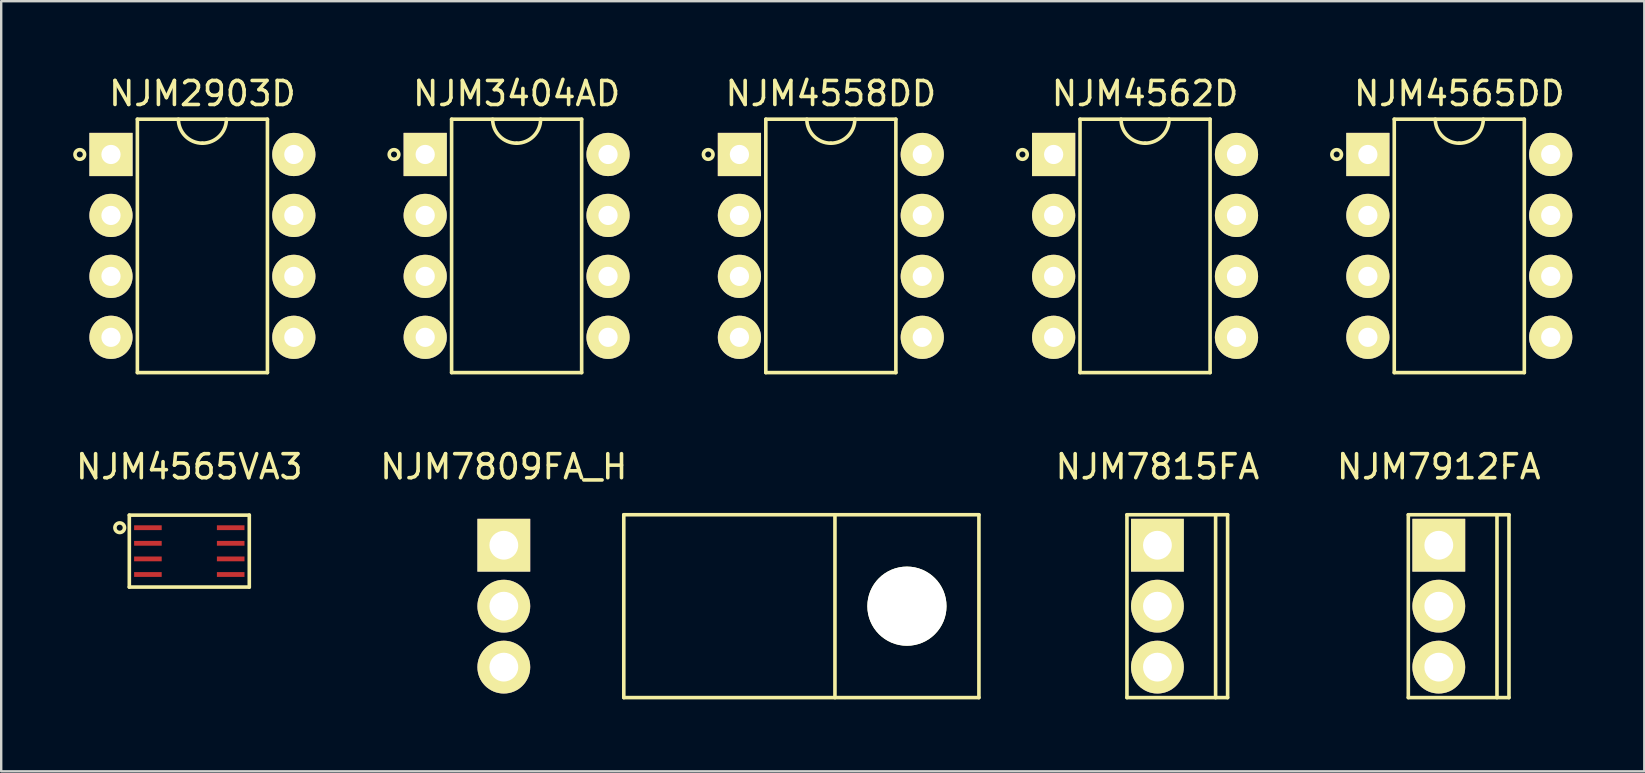
<source format=kicad_pcb>
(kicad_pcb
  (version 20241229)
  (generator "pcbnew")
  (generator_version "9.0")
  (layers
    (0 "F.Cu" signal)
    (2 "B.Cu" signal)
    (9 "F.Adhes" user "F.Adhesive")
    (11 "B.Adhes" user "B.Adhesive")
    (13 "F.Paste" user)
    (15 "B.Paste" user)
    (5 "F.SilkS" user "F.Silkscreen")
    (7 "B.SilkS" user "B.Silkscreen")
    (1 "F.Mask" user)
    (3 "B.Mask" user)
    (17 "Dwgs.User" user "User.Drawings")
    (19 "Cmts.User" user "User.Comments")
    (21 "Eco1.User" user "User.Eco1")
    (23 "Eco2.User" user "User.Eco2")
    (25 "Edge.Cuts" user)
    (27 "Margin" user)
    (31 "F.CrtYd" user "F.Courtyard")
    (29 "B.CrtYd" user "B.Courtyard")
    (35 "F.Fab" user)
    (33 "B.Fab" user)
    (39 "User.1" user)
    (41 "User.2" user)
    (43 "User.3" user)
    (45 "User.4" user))
  (footprint "NJM4558DD"
    (layer "F.Cu")
    (at 27.765 3.388)
    (property "Reference" "NJM4558DD" (at 3.81 -2.54 0) (layer "F.SilkS") (effects (font (size 1 1) (thickness 0.15))))
    (attr through_hole)
    (fp_line (start 1.1 -1.47) (end 6.52 -1.47) (stroke (width 0.15) (type solid)) (layer "F.SilkS"))
    (fp_line (start 1.1 9.09) (end 1.1 -1.47) (stroke (width 0.15) (type solid)) (layer "F.SilkS"))
    (fp_line (start 6.52 -1.47) (end 6.52 9.09) (stroke (width 0.15) (type solid)) (layer "F.SilkS"))
    (fp_line (start 6.52 9.09) (end 1.1 9.09) (stroke (width 0.15) (type solid)) (layer "F.SilkS"))
    (fp_arc (start 3.81 -0.47) (mid 3.102893 -0.762893) (end 2.81 -1.47) (stroke (width 0.15) (type solid)) (layer "F.SilkS"))
    (fp_arc (start 4.81 -1.47) (mid 4.517107 -0.762893) (end 3.81 -0.47) (stroke (width 0.15) (type solid)) (layer "F.SilkS"))
    (fp_circle (center -1.3 0) (end -1.3 0.2) (stroke (width 0.15) (type solid)) (fill no) (layer "F.SilkS"))
    (pad "1" thru_hole rect (at 0 0) (size 1.8 1.8) (drill 0.8) (layers "*.Cu" "*.Mask" "F.SilkS"))
    (pad "2" thru_hole circle (at 0 2.54) (size 1.8 1.8) (drill 0.8) (layers "*.Cu" "*.Mask" "F.SilkS"))
    (pad "3" thru_hole circle (at 0 5.08) (size 1.8 1.8) (drill 0.8) (layers "*.Cu" "*.Mask" "F.SilkS"))
    (pad "4" thru_hole circle (at 0 7.62) (size 1.8 1.8) (drill 0.8) (layers "*.Cu" "*.Mask" "F.SilkS"))
    (pad "5" thru_hole circle (at 7.62 7.62) (size 1.8 1.8) (drill 0.8) (layers "*.Cu" "*.Mask" "F.SilkS"))
    (pad "6" thru_hole circle (at 7.62 5.08) (size 1.8 1.8) (drill 0.8) (layers "*.Cu" "*.Mask" "F.SilkS"))
    (pad "7" thru_hole circle (at 7.62 2.54) (size 1.8 1.8) (drill 0.8) (layers "*.Cu" "*.Mask" "F.SilkS"))
    (pad "8" thru_hole circle (at 7.62 0) (size 1.8 1.8) (drill 0.8) (layers "*.Cu" "*.Mask" "F.SilkS")))
  (footprint "NJM7815FA"
    (layer "F.Cu")
    (at 45.185 19.672)
    (property "Reference" "NJM7815FA" (at 0 -3.27 0) (layer "F.SilkS") (effects (font (size 1 1) (thickness 0.15))))
    (attr through_hole)
    (fp_line (start -1.27 -1.27) (end -1.27 6.35) (stroke (width 0.15) (type solid)) (layer "F.SilkS"))
    (fp_line (start -1.27 -1.27) (end 2.925 -1.27) (stroke (width 0.15) (type solid)) (layer "F.SilkS"))
    (fp_line (start -1.27 6.35) (end 2.925 6.35) (stroke (width 0.15) (type solid)) (layer "F.SilkS"))
    (fp_line (start 2.425 -1.27) (end 2.425 6.35) (stroke (width 0.15) (type solid)) (layer "F.SilkS"))
    (fp_line (start 2.925 -1.27) (end 2.925 6.35) (stroke (width 0.15) (type solid)) (layer "F.SilkS"))
    (pad "1" thru_hole rect (at 0 0) (size 2.2 2.2) (drill 1.2) (layers "*.Cu" "*.Mask" "F.SilkS"))
    (pad "2" thru_hole circle (at 0 2.54) (size 2.2 2.2) (drill 1.2) (layers "*.Cu" "*.Mask" "F.SilkS"))
    (pad "3" thru_hole circle (at 0 5.08) (size 2.2 2.2) (drill 1.2) (layers "*.Cu" "*.Mask" "F.SilkS")))
  (footprint "NJM3404AD"
    (layer "F.Cu")
    (at 14.67 3.388)
    (property "Reference" "NJM3404AD" (at 3.81 -2.54 0) (layer "F.SilkS") (effects (font (size 1 1) (thickness 0.15))))
    (attr through_hole)
    (fp_line (start 1.1 -1.47) (end 6.52 -1.47) (stroke (width 0.15) (type solid)) (layer "F.SilkS"))
    (fp_line (start 1.1 9.09) (end 1.1 -1.47) (stroke (width 0.15) (type solid)) (layer "F.SilkS"))
    (fp_line (start 6.52 -1.47) (end 6.52 9.09) (stroke (width 0.15) (type solid)) (layer "F.SilkS"))
    (fp_line (start 6.52 9.09) (end 1.1 9.09) (stroke (width 0.15) (type solid)) (layer "F.SilkS"))
    (fp_arc (start 3.81 -0.47) (mid 3.102893 -0.762893) (end 2.81 -1.47) (stroke (width 0.15) (type solid)) (layer "F.SilkS"))
    (fp_arc (start 4.81 -1.47) (mid 4.517107 -0.762893) (end 3.81 -0.47) (stroke (width 0.15) (type solid)) (layer "F.SilkS"))
    (fp_circle (center -1.3 0) (end -1.3 0.2) (stroke (width 0.15) (type solid)) (fill no) (layer "F.SilkS"))
    (pad "1" thru_hole rect (at 0 0) (size 1.8 1.8) (drill 0.8) (layers "*.Cu" "*.Mask" "F.SilkS"))
    (pad "2" thru_hole circle (at 0 2.54) (size 1.8 1.8) (drill 0.8) (layers "*.Cu" "*.Mask" "F.SilkS"))
    (pad "3" thru_hole circle (at 0 5.08) (size 1.8 1.8) (drill 0.8) (layers "*.Cu" "*.Mask" "F.SilkS"))
    (pad "4" thru_hole circle (at 0 7.62) (size 1.8 1.8) (drill 0.8) (layers "*.Cu" "*.Mask" "F.SilkS"))
    (pad "5" thru_hole circle (at 7.62 7.62) (size 1.8 1.8) (drill 0.8) (layers "*.Cu" "*.Mask" "F.SilkS"))
    (pad "6" thru_hole circle (at 7.62 5.08) (size 1.8 1.8) (drill 0.8) (layers "*.Cu" "*.Mask" "F.SilkS"))
    (pad "7" thru_hole circle (at 7.62 2.54) (size 1.8 1.8) (drill 0.8) (layers "*.Cu" "*.Mask" "F.SilkS"))
    (pad "8" thru_hole circle (at 7.62 0) (size 1.8 1.8) (drill 0.8) (layers "*.Cu" "*.Mask" "F.SilkS")))
  (footprint "NJM4562D"
    (layer "F.Cu")
    (at 40.86 3.388)
    (property "Reference" "NJM4562D" (at 3.81 -2.54 0) (layer "F.SilkS") (effects (font (size 1 1) (thickness 0.15))))
    (attr through_hole)
    (fp_line (start 1.1 -1.47) (end 6.52 -1.47) (stroke (width 0.15) (type solid)) (layer "F.SilkS"))
    (fp_line (start 1.1 9.09) (end 1.1 -1.47) (stroke (width 0.15) (type solid)) (layer "F.SilkS"))
    (fp_line (start 6.52 -1.47) (end 6.52 9.09) (stroke (width 0.15) (type solid)) (layer "F.SilkS"))
    (fp_line (start 6.52 9.09) (end 1.1 9.09) (stroke (width 0.15) (type solid)) (layer "F.SilkS"))
    (fp_arc (start 3.81 -0.47) (mid 3.102893 -0.762893) (end 2.81 -1.47) (stroke (width 0.15) (type solid)) (layer "F.SilkS"))
    (fp_arc (start 4.81 -1.47) (mid 4.517107 -0.762893) (end 3.81 -0.47) (stroke (width 0.15) (type solid)) (layer "F.SilkS"))
    (fp_circle (center -1.3 0) (end -1.3 0.2) (stroke (width 0.15) (type solid)) (fill no) (layer "F.SilkS"))
    (pad "1" thru_hole rect (at 0 0) (size 1.8 1.8) (drill 0.8) (layers "*.Cu" "*.Mask" "F.SilkS"))
    (pad "2" thru_hole circle (at 0 2.54) (size 1.8 1.8) (drill 0.8) (layers "*.Cu" "*.Mask" "F.SilkS"))
    (pad "3" thru_hole circle (at 0 5.08) (size 1.8 1.8) (drill 0.8) (layers "*.Cu" "*.Mask" "F.SilkS"))
    (pad "4" thru_hole circle (at 0 7.62) (size 1.8 1.8) (drill 0.8) (layers "*.Cu" "*.Mask" "F.SilkS"))
    (pad "5" thru_hole circle (at 7.62 7.62) (size 1.8 1.8) (drill 0.8) (layers "*.Cu" "*.Mask" "F.SilkS"))
    (pad "6" thru_hole circle (at 7.62 5.08) (size 1.8 1.8) (drill 0.8) (layers "*.Cu" "*.Mask" "F.SilkS"))
    (pad "7" thru_hole circle (at 7.62 2.54) (size 1.8 1.8) (drill 0.8) (layers "*.Cu" "*.Mask" "F.SilkS"))
    (pad "8" thru_hole circle (at 7.62 0) (size 1.8 1.8) (drill 0.8) (layers "*.Cu" "*.Mask" "F.SilkS")))
  (footprint "NJM2903D"
    (layer "F.Cu")
    (at 1.575 3.388)
    (property "Reference" "NJM2903D" (at 3.81 -2.54 0) (layer "F.SilkS") (effects (font (size 1 1) (thickness 0.15))))
    (attr through_hole)
    (fp_line (start 1.1 -1.47) (end 6.52 -1.47) (stroke (width 0.15) (type solid)) (layer "F.SilkS"))
    (fp_line (start 1.1 9.09) (end 1.1 -1.47) (stroke (width 0.15) (type solid)) (layer "F.SilkS"))
    (fp_line (start 6.52 -1.47) (end 6.52 9.09) (stroke (width 0.15) (type solid)) (layer "F.SilkS"))
    (fp_line (start 6.52 9.09) (end 1.1 9.09) (stroke (width 0.15) (type solid)) (layer "F.SilkS"))
    (fp_arc (start 3.81 -0.47) (mid 3.102893 -0.762893) (end 2.81 -1.47) (stroke (width 0.15) (type solid)) (layer "F.SilkS"))
    (fp_arc (start 4.81 -1.47) (mid 4.517107 -0.762893) (end 3.81 -0.47) (stroke (width 0.15) (type solid)) (layer "F.SilkS"))
    (fp_circle (center -1.3 0) (end -1.3 0.2) (stroke (width 0.15) (type solid)) (fill no) (layer "F.SilkS"))
    (pad "1" thru_hole rect (at 0 0) (size 1.8 1.8) (drill 0.8) (layers "*.Cu" "*.Mask" "F.SilkS"))
    (pad "2" thru_hole circle (at 0 2.54) (size 1.8 1.8) (drill 0.8) (layers "*.Cu" "*.Mask" "F.SilkS"))
    (pad "3" thru_hole circle (at 0 5.08) (size 1.8 1.8) (drill 0.8) (layers "*.Cu" "*.Mask" "F.SilkS"))
    (pad "4" thru_hole circle (at 0 7.62) (size 1.8 1.8) (drill 0.8) (layers "*.Cu" "*.Mask" "F.SilkS"))
    (pad "5" thru_hole circle (at 7.62 7.62) (size 1.8 1.8) (drill 0.8) (layers "*.Cu" "*.Mask" "F.SilkS"))
    (pad "6" thru_hole circle (at 7.62 5.08) (size 1.8 1.8) (drill 0.8) (layers "*.Cu" "*.Mask" "F.SilkS"))
    (pad "7" thru_hole circle (at 7.62 2.54) (size 1.8 1.8) (drill 0.8) (layers "*.Cu" "*.Mask" "F.SilkS"))
    (pad "8" thru_hole circle (at 7.62 0) (size 1.8 1.8) (drill 0.8) (layers "*.Cu" "*.Mask" "F.SilkS")))
  (footprint "NJM4565DD"
    (layer "F.Cu")
    (at 53.955 3.388)
    (property "Reference" "NJM4565DD" (at 3.81 -2.54 0) (layer "F.SilkS") (effects (font (size 1 1) (thickness 0.15))))
    (attr through_hole)
    (fp_line (start 1.1 -1.47) (end 6.52 -1.47) (stroke (width 0.15) (type solid)) (layer "F.SilkS"))
    (fp_line (start 1.1 9.09) (end 1.1 -1.47) (stroke (width 0.15) (type solid)) (layer "F.SilkS"))
    (fp_line (start 6.52 -1.47) (end 6.52 9.09) (stroke (width 0.15) (type solid)) (layer "F.SilkS"))
    (fp_line (start 6.52 9.09) (end 1.1 9.09) (stroke (width 0.15) (type solid)) (layer "F.SilkS"))
    (fp_arc (start 3.81 -0.47) (mid 3.102893 -0.762893) (end 2.81 -1.47) (stroke (width 0.15) (type solid)) (layer "F.SilkS"))
    (fp_arc (start 4.81 -1.47) (mid 4.517107 -0.762893) (end 3.81 -0.47) (stroke (width 0.15) (type solid)) (layer "F.SilkS"))
    (fp_circle (center -1.3 0) (end -1.3 0.2) (stroke (width 0.15) (type solid)) (fill no) (layer "F.SilkS"))
    (pad "1" thru_hole rect (at 0 0) (size 1.8 1.8) (drill 0.8) (layers "*.Cu" "*.Mask" "F.SilkS"))
    (pad "2" thru_hole circle (at 0 2.54) (size 1.8 1.8) (drill 0.8) (layers "*.Cu" "*.Mask" "F.SilkS"))
    (pad "3" thru_hole circle (at 0 5.08) (size 1.8 1.8) (drill 0.8) (layers "*.Cu" "*.Mask" "F.SilkS"))
    (pad "4" thru_hole circle (at 0 7.62) (size 1.8 1.8) (drill 0.8) (layers "*.Cu" "*.Mask" "F.SilkS"))
    (pad "5" thru_hole circle (at 7.62 7.62) (size 1.8 1.8) (drill 0.8) (layers "*.Cu" "*.Mask" "F.SilkS"))
    (pad "6" thru_hole circle (at 7.62 5.08) (size 1.8 1.8) (drill 0.8) (layers "*.Cu" "*.Mask" "F.SilkS"))
    (pad "7" thru_hole circle (at 7.62 2.54) (size 1.8 1.8) (drill 0.8) (layers "*.Cu" "*.Mask" "F.SilkS"))
    (pad "8" thru_hole circle (at 7.62 0) (size 1.8 1.8) (drill 0.8) (layers "*.Cu" "*.Mask" "F.SilkS")))
  (footprint "NJM4565VA3"
    (layer "F.Cu")
    (at 3.114 18.942)
    (property "Reference" "NJM4565VA3" (at 1.725 -2.54 0) (layer "F.SilkS") (effects (font (size 1 1) (thickness 0.15))))
    (attr through_hole)
    (fp_line (start -0.775 -0.525) (end 4.225 -0.525) (stroke (width 0.15) (type solid)) (layer "F.SilkS"))
    (fp_line (start -0.775 2.475) (end -0.775 -0.525) (stroke (width 0.15) (type solid)) (layer "F.SilkS"))
    (fp_line (start 4.225 -0.525) (end 4.225 2.475) (stroke (width 0.15) (type solid)) (layer "F.SilkS"))
    (fp_line (start 4.225 2.475) (end -0.775 2.475) (stroke (width 0.15) (type solid)) (layer "F.SilkS"))
    (fp_circle (center -1.175 0) (end -1.175 0.2) (stroke (width 0.15) (type solid)) (fill no) (layer "F.SilkS"))
    (pad "1" smd rect (at 0 0) (size 1.15 0.2) (layers "F.Cu" "F.Mask" "F.Paste"))
    (pad "2" smd rect (at 0 0.65) (size 1.15 0.2) (layers "F.Cu" "F.Mask" "F.Paste"))
    (pad "3" smd rect (at 0 1.3) (size 1.15 0.2) (layers "F.Cu" "F.Mask" "F.Paste"))
    (pad "4" smd rect (at 0 1.95) (size 1.15 0.2) (layers "F.Cu" "F.Mask" "F.Paste"))
    (pad "5" smd rect (at 3.45 1.95) (size 1.15 0.2) (layers "F.Cu" "F.Mask" "F.Paste"))
    (pad "6" smd rect (at 3.45 1.3) (size 1.15 0.2) (layers "F.Cu" "F.Mask" "F.Paste"))
    (pad "7" smd rect (at 3.45 0.65) (size 1.15 0.2) (layers "F.Cu" "F.Mask" "F.Paste"))
    (pad "8" smd rect (at 3.45 0) (size 1.15 0.2) (layers "F.Cu" "F.Mask" "F.Paste")))
  (footprint "NJM7809FA_H"
    (layer "F.Cu")
    (at 17.946 19.672)
    (property "Reference" "NJM7809FA_H" (at 0 -3.27 0) (layer "F.SilkS") (effects (font (size 1 1) (thickness 0.15))))
    (attr through_hole)
    (fp_line (start 5 -1.27) (end 5 6.35) (stroke (width 0.15) (type solid)) (layer "F.SilkS"))
    (fp_line (start 5 -1.27) (end 19.8 -1.27) (stroke (width 0.15) (type solid)) (layer "F.SilkS"))
    (fp_line (start 5 6.35) (end 19.8 6.35) (stroke (width 0.15) (type solid)) (layer "F.SilkS"))
    (fp_line (start 13.8 -1.27) (end 13.8 6.35) (stroke (width 0.15) (type solid)) (layer "F.SilkS"))
    (fp_line (start 19.8 -1.27) (end 19.8 6.35) (stroke (width 0.15) (type solid)) (layer "F.SilkS"))
    (pad "" np_thru_hole circle (at 16.8 2.54) (size 3.3 3.3) (drill 3.3) (layers "*.Cu" "*.Mask" "F.SilkS"))
    (pad "1" thru_hole rect (at 0 0) (size 2.2 2.2) (drill 1.2) (layers "*.Cu" "*.Mask" "F.SilkS"))
    (pad "2" thru_hole circle (at 0 2.54) (size 2.2 2.2) (drill 1.2) (layers "*.Cu" "*.Mask" "F.SilkS"))
    (pad "3" thru_hole circle (at 0 5.08) (size 2.2 2.2) (drill 1.2) (layers "*.Cu" "*.Mask" "F.SilkS")))
  (footprint "NJM7912FA"
    (layer "F.Cu")
    (at 56.911 19.672)
    (property "Reference" "NJM7912FA" (at 0 -3.27 0) (layer "F.SilkS") (effects (font (size 1 1) (thickness 0.15))))
    (attr through_hole)
    (fp_line (start -1.27 -1.27) (end -1.27 6.35) (stroke (width 0.15) (type solid)) (layer "F.SilkS"))
    (fp_line (start -1.27 -1.27) (end 2.925 -1.27) (stroke (width 0.15) (type solid)) (layer "F.SilkS"))
    (fp_line (start -1.27 6.35) (end 2.925 6.35) (stroke (width 0.15) (type solid)) (layer "F.SilkS"))
    (fp_line (start 2.425 -1.27) (end 2.425 6.35) (stroke (width 0.15) (type solid)) (layer "F.SilkS"))
    (fp_line (start 2.925 -1.27) (end 2.925 6.35) (stroke (width 0.15) (type solid)) (layer "F.SilkS"))
    (pad "1" thru_hole rect (at 0 0) (size 2.2 2.2) (drill 1.2) (layers "*.Cu" "*.Mask" "F.SilkS"))
    (pad "2" thru_hole circle (at 0 2.54) (size 2.2 2.2) (drill 1.2) (layers "*.Cu" "*.Mask" "F.SilkS"))
    (pad "3" thru_hole circle (at 0 5.08) (size 2.2 2.2) (drill 1.2) (layers "*.Cu" "*.Mask" "F.SilkS")))
  (gr_rect
    (start -3 -3)
    (end 65.475 29.096)
    (stroke (width 0.1) (type default))
    (fill no)
    (layer "Edge.Cuts")))
</source>
